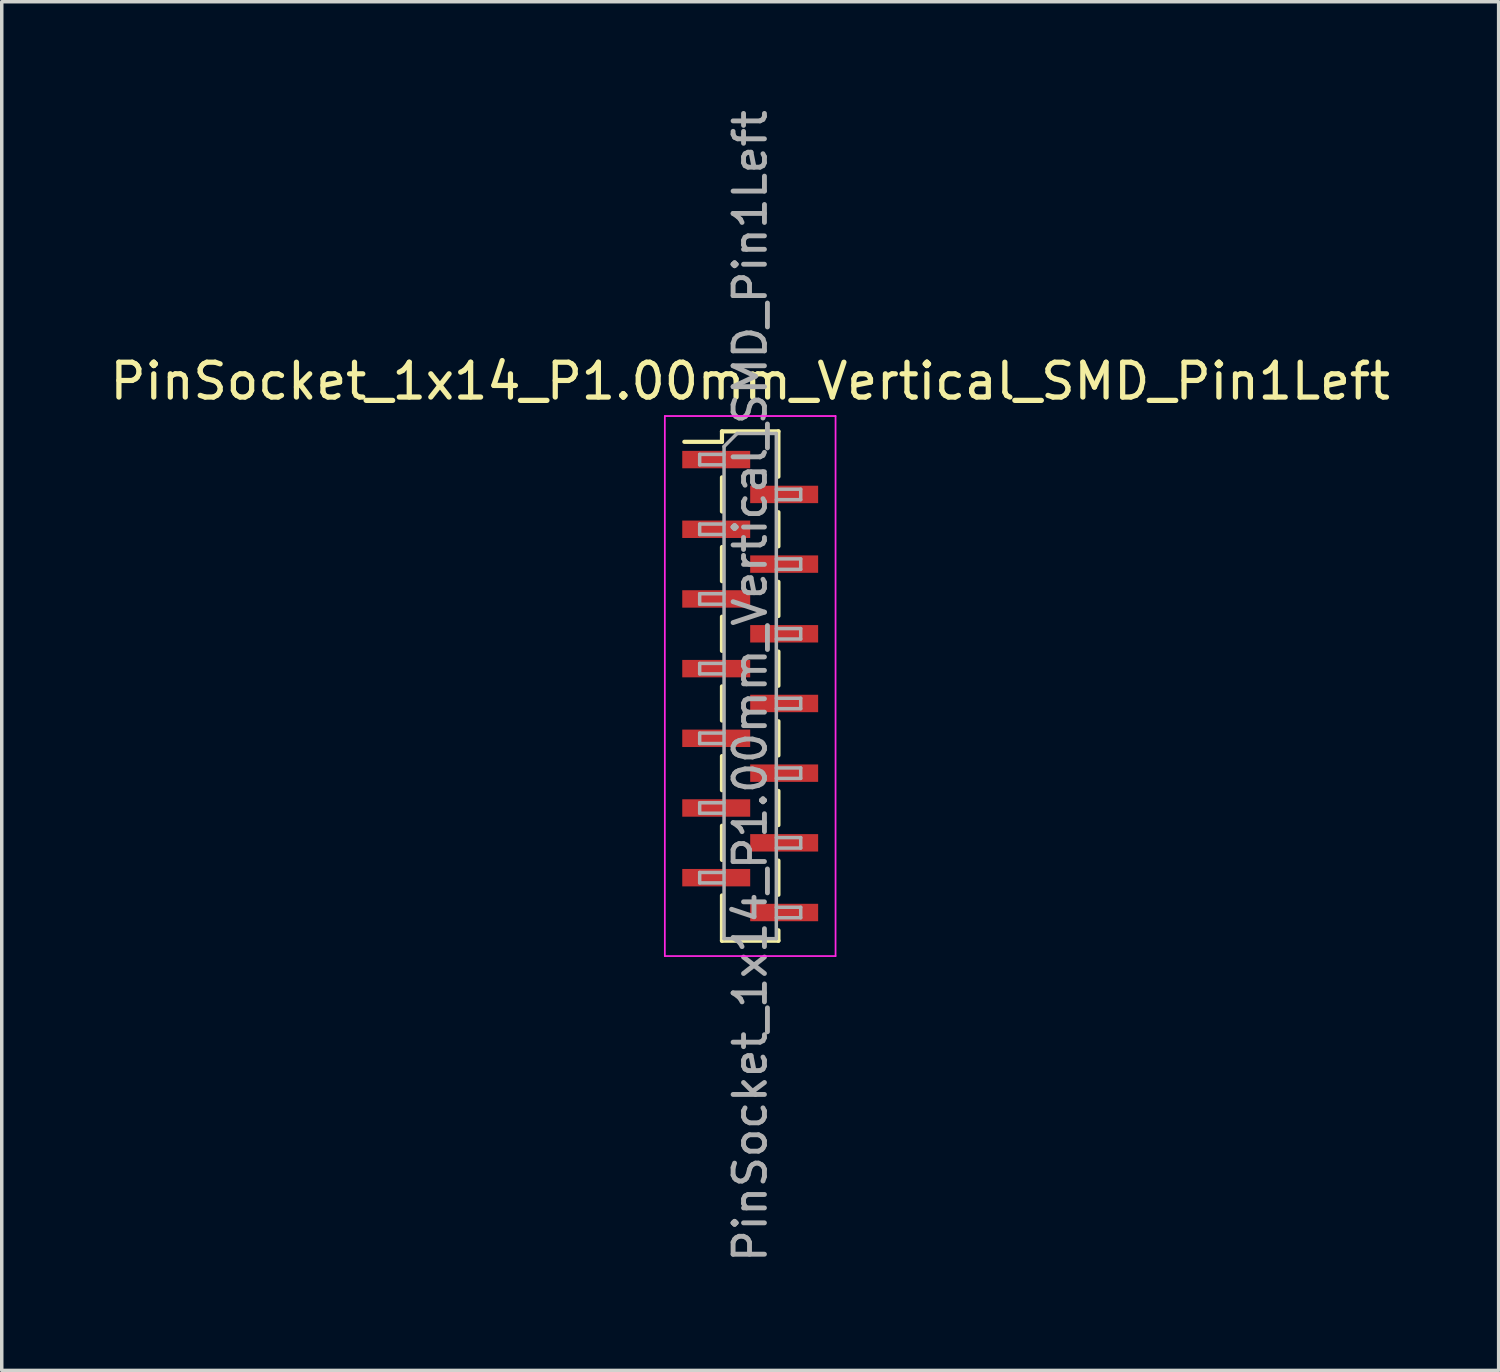
<source format=kicad_pcb>
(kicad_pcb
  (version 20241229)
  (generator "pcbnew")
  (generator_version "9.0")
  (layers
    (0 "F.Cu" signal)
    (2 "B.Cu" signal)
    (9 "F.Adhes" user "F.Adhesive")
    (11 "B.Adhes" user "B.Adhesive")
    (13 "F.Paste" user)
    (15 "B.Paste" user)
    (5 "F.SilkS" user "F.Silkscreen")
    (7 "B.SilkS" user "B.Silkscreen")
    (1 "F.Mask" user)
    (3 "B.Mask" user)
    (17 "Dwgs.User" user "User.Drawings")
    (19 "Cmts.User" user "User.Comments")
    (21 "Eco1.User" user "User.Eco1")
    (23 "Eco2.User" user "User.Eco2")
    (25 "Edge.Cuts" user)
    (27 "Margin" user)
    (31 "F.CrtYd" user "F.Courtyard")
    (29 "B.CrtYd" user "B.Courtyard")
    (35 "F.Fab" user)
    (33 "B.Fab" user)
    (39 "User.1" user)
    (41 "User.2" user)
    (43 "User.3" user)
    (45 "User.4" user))
  (footprint "PinSocket_1x14_P1.00mm_Vertical_SMD_Pin1Left"
    (layer "F.Cu")
    (at 18.482 16.641)
    (property "Reference" "PinSocket_1x14_P1.00mm_Vertical_SMD_Pin1Left" (at 0 -8.75 0) (layer "F.SilkS") (effects (font (size 1 1) (thickness 0.15))))
    (attr smd)
    (fp_line (start -1.89 -7.01) (end -0.81 -7.01) (stroke (width 0.12) (type solid)) (layer "F.SilkS"))
    (fp_line (start -0.81 -7.31) (end -0.81 -7.01) (stroke (width 0.12) (type solid)) (layer "F.SilkS"))
    (fp_line (start -0.81 -7.31) (end 0.81 -7.31) (stroke (width 0.12) (type solid)) (layer "F.SilkS"))
    (fp_line (start -0.81 -5.99) (end -0.81 -5.01) (stroke (width 0.12) (type solid)) (layer "F.SilkS"))
    (fp_line (start -0.81 -3.99) (end -0.81 -3.01) (stroke (width 0.12) (type solid)) (layer "F.SilkS"))
    (fp_line (start -0.81 -1.99) (end -0.81 -1.01) (stroke (width 0.12) (type solid)) (layer "F.SilkS"))
    (fp_line (start -0.81 0.01) (end -0.81 0.99) (stroke (width 0.12) (type solid)) (layer "F.SilkS"))
    (fp_line (start -0.81 2.01) (end -0.81 2.99) (stroke (width 0.12) (type solid)) (layer "F.SilkS"))
    (fp_line (start -0.81 4.01) (end -0.81 4.99) (stroke (width 0.12) (type solid)) (layer "F.SilkS"))
    (fp_line (start -0.81 6.01) (end -0.81 7.31) (stroke (width 0.12) (type solid)) (layer "F.SilkS"))
    (fp_line (start -0.81 7.31) (end 0.81 7.31) (stroke (width 0.12) (type solid)) (layer "F.SilkS"))
    (fp_line (start 0.81 -7.31) (end 0.81 -6.01) (stroke (width 0.12) (type solid)) (layer "F.SilkS"))
    (fp_line (start 0.81 -4.99) (end 0.81 -4.01) (stroke (width 0.12) (type solid)) (layer "F.SilkS"))
    (fp_line (start 0.81 -2.99) (end 0.81 -2.01) (stroke (width 0.12) (type solid)) (layer "F.SilkS"))
    (fp_line (start 0.81 -0.99) (end 0.81 -0.01) (stroke (width 0.12) (type solid)) (layer "F.SilkS"))
    (fp_line (start 0.81 1.01) (end 0.81 1.99) (stroke (width 0.12) (type solid)) (layer "F.SilkS"))
    (fp_line (start 0.81 3.01) (end 0.81 3.99) (stroke (width 0.12) (type solid)) (layer "F.SilkS"))
    (fp_line (start 0.81 5.01) (end 0.81 5.99) (stroke (width 0.12) (type solid)) (layer "F.SilkS"))
    (fp_line (start 0.81 7.01) (end 0.81 7.31) (stroke (width 0.12) (type solid)) (layer "F.SilkS"))
    (fp_line (start -2.45 -7.75) (end 2.45 -7.75) (stroke (width 0.05) (type solid)) (layer "F.CrtYd"))
    (fp_line (start -2.45 7.75) (end -2.45 -7.75) (stroke (width 0.05) (type solid)) (layer "F.CrtYd"))
    (fp_line (start 2.45 -7.75) (end 2.45 7.75) (stroke (width 0.05) (type solid)) (layer "F.CrtYd"))
    (fp_line (start 2.45 7.75) (end -2.45 7.75) (stroke (width 0.05) (type solid)) (layer "F.CrtYd"))
    (fp_line (start -1.45 -6.65) (end -0.75 -6.65) (stroke (width 0.1) (type solid)) (layer "F.Fab"))
    (fp_line (start -1.45 -6.35) (end -1.45 -6.65) (stroke (width 0.1) (type solid)) (layer "F.Fab"))
    (fp_line (start -1.45 -4.65) (end -0.75 -4.65) (stroke (width 0.1) (type solid)) (layer "F.Fab"))
    (fp_line (start -1.45 -4.35) (end -1.45 -4.65) (stroke (width 0.1) (type solid)) (layer "F.Fab"))
    (fp_line (start -1.45 -2.65) (end -0.75 -2.65) (stroke (width 0.1) (type solid)) (layer "F.Fab"))
    (fp_line (start -1.45 -2.35) (end -1.45 -2.65) (stroke (width 0.1) (type solid)) (layer "F.Fab"))
    (fp_line (start -1.45 -0.65) (end -0.75 -0.65) (stroke (width 0.1) (type solid)) (layer "F.Fab"))
    (fp_line (start -1.45 -0.35) (end -1.45 -0.65) (stroke (width 0.1) (type solid)) (layer "F.Fab"))
    (fp_line (start -1.45 1.35) (end -0.75 1.35) (stroke (width 0.1) (type solid)) (layer "F.Fab"))
    (fp_line (start -1.45 1.65) (end -1.45 1.35) (stroke (width 0.1) (type solid)) (layer "F.Fab"))
    (fp_line (start -1.45 3.35) (end -0.75 3.35) (stroke (width 0.1) (type solid)) (layer "F.Fab"))
    (fp_line (start -1.45 3.65) (end -1.45 3.35) (stroke (width 0.1) (type solid)) (layer "F.Fab"))
    (fp_line (start -1.45 5.35) (end -0.75 5.35) (stroke (width 0.1) (type solid)) (layer "F.Fab"))
    (fp_line (start -1.45 5.65) (end -1.45 5.35) (stroke (width 0.1) (type solid)) (layer "F.Fab"))
    (fp_line (start -0.75 -6.875) (end -0.375 -7.25) (stroke (width 0.1) (type solid)) (layer "F.Fab"))
    (fp_line (start -0.75 -6.35) (end -1.45 -6.35) (stroke (width 0.1) (type solid)) (layer "F.Fab"))
    (fp_line (start -0.75 -4.35) (end -1.45 -4.35) (stroke (width 0.1) (type solid)) (layer "F.Fab"))
    (fp_line (start -0.75 -2.35) (end -1.45 -2.35) (stroke (width 0.1) (type solid)) (layer "F.Fab"))
    (fp_line (start -0.75 -0.35) (end -1.45 -0.35) (stroke (width 0.1) (type solid)) (layer "F.Fab"))
    (fp_line (start -0.75 1.65) (end -1.45 1.65) (stroke (width 0.1) (type solid)) (layer "F.Fab"))
    (fp_line (start -0.75 3.65) (end -1.45 3.65) (stroke (width 0.1) (type solid)) (layer "F.Fab"))
    (fp_line (start -0.75 5.65) (end -1.45 5.65) (stroke (width 0.1) (type solid)) (layer "F.Fab"))
    (fp_line (start -0.75 7.25) (end -0.75 -6.875) (stroke (width 0.1) (type solid)) (layer "F.Fab"))
    (fp_line (start -0.375 -7.25) (end 0.75 -7.25) (stroke (width 0.1) (type solid)) (layer "F.Fab"))
    (fp_line (start 0.75 -7.25) (end 0.75 7.25) (stroke (width 0.1) (type solid)) (layer "F.Fab"))
    (fp_line (start 0.75 -5.65) (end 1.45 -5.65) (stroke (width 0.1) (type solid)) (layer "F.Fab"))
    (fp_line (start 0.75 -3.65) (end 1.45 -3.65) (stroke (width 0.1) (type solid)) (layer "F.Fab"))
    (fp_line (start 0.75 -1.65) (end 1.45 -1.65) (stroke (width 0.1) (type solid)) (layer "F.Fab"))
    (fp_line (start 0.75 0.35) (end 1.45 0.35) (stroke (width 0.1) (type solid)) (layer "F.Fab"))
    (fp_line (start 0.75 2.35) (end 1.45 2.35) (stroke (width 0.1) (type solid)) (layer "F.Fab"))
    (fp_line (start 0.75 4.35) (end 1.45 4.35) (stroke (width 0.1) (type solid)) (layer "F.Fab"))
    (fp_line (start 0.75 6.35) (end 1.45 6.35) (stroke (width 0.1) (type solid)) (layer "F.Fab"))
    (fp_line (start 0.75 7.25) (end -0.75 7.25) (stroke (width 0.1) (type solid)) (layer "F.Fab"))
    (fp_line (start 1.45 -5.65) (end 1.45 -5.35) (stroke (width 0.1) (type solid)) (layer "F.Fab"))
    (fp_line (start 1.45 -5.35) (end 0.75 -5.35) (stroke (width 0.1) (type solid)) (layer "F.Fab"))
    (fp_line (start 1.45 -3.65) (end 1.45 -3.35) (stroke (width 0.1) (type solid)) (layer "F.Fab"))
    (fp_line (start 1.45 -3.35) (end 0.75 -3.35) (stroke (width 0.1) (type solid)) (layer "F.Fab"))
    (fp_line (start 1.45 -1.65) (end 1.45 -1.35) (stroke (width 0.1) (type solid)) (layer "F.Fab"))
    (fp_line (start 1.45 -1.35) (end 0.75 -1.35) (stroke (width 0.1) (type solid)) (layer "F.Fab"))
    (fp_line (start 1.45 0.35) (end 1.45 0.65) (stroke (width 0.1) (type solid)) (layer "F.Fab"))
    (fp_line (start 1.45 0.65) (end 0.75 0.65) (stroke (width 0.1) (type solid)) (layer "F.Fab"))
    (fp_line (start 1.45 2.35) (end 1.45 2.65) (stroke (width 0.1) (type solid)) (layer "F.Fab"))
    (fp_line (start 1.45 2.65) (end 0.75 2.65) (stroke (width 0.1) (type solid)) (layer "F.Fab"))
    (fp_line (start 1.45 4.35) (end 1.45 4.65) (stroke (width 0.1) (type solid)) (layer "F.Fab"))
    (fp_line (start 1.45 4.65) (end 0.75 4.65) (stroke (width 0.1) (type solid)) (layer "F.Fab"))
    (fp_line (start 1.45 6.35) (end 1.45 6.65) (stroke (width 0.1) (type solid)) (layer "F.Fab"))
    (fp_line (start 1.45 6.65) (end 0.75 6.65) (stroke (width 0.1) (type solid)) (layer "F.Fab"))
    (fp_text user "${REFERENCE}" (at 0 0 90) (layer "F.Fab") (effects (font (size 0.9 0.9) (thickness 0.14))))
    (pad "1" smd rect (at -0.975 -6.5) (size 1.95 0.5) (layers "F.Cu" "F.Mask" "F.Paste"))
    (pad "2" smd rect (at 0.975 -5.5) (size 1.95 0.5) (layers "F.Cu" "F.Mask" "F.Paste"))
    (pad "3" smd rect (at -0.975 -4.5) (size 1.95 0.5) (layers "F.Cu" "F.Mask" "F.Paste"))
    (pad "4" smd rect (at 0.975 -3.5) (size 1.95 0.5) (layers "F.Cu" "F.Mask" "F.Paste"))
    (pad "5" smd rect (at -0.975 -2.5) (size 1.95 0.5) (layers "F.Cu" "F.Mask" "F.Paste"))
    (pad "6" smd rect (at 0.975 -1.5) (size 1.95 0.5) (layers "F.Cu" "F.Mask" "F.Paste"))
    (pad "7" smd rect (at -0.975 -0.5) (size 1.95 0.5) (layers "F.Cu" "F.Mask" "F.Paste"))
    (pad "8" smd rect (at 0.975 0.5) (size 1.95 0.5) (layers "F.Cu" "F.Mask" "F.Paste"))
    (pad "9" smd rect (at -0.975 1.5) (size 1.95 0.5) (layers "F.Cu" "F.Mask" "F.Paste"))
    (pad "10" smd rect (at 0.975 2.5) (size 1.95 0.5) (layers "F.Cu" "F.Mask" "F.Paste"))
    (pad "11" smd rect (at -0.975 3.5) (size 1.95 0.5) (layers "F.Cu" "F.Mask" "F.Paste"))
    (pad "12" smd rect (at 0.975 4.5) (size 1.95 0.5) (layers "F.Cu" "F.Mask" "F.Paste"))
    (pad "13" smd rect (at -0.975 5.5) (size 1.95 0.5) (layers "F.Cu" "F.Mask" "F.Paste"))
    (pad "14" smd rect (at 0.975 6.5) (size 1.95 0.5) (layers "F.Cu" "F.Mask" "F.Paste")))
  (gr_rect
    (start -3 -3)
    (end 39.964 36.283)
    (stroke (width 0.1) (type default))
    (fill no)
    (layer "Edge.Cuts")))
</source>
